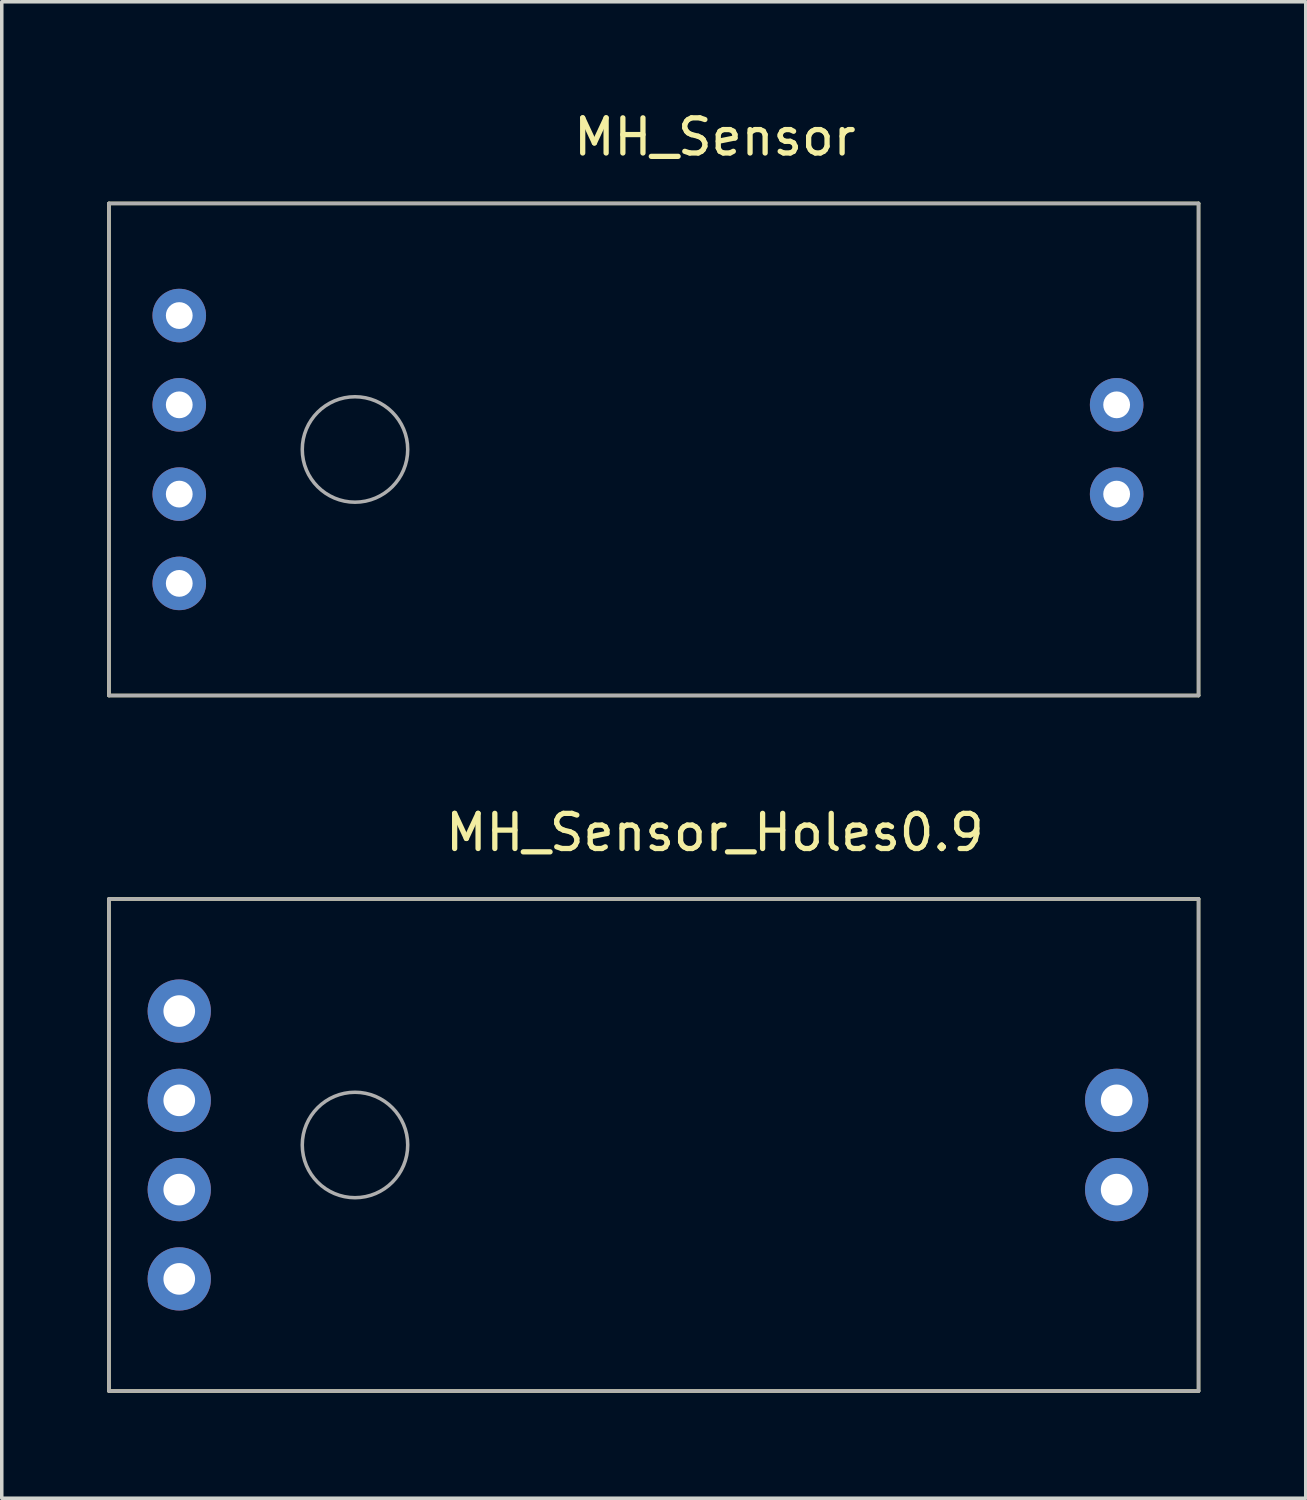
<source format=kicad_pcb>
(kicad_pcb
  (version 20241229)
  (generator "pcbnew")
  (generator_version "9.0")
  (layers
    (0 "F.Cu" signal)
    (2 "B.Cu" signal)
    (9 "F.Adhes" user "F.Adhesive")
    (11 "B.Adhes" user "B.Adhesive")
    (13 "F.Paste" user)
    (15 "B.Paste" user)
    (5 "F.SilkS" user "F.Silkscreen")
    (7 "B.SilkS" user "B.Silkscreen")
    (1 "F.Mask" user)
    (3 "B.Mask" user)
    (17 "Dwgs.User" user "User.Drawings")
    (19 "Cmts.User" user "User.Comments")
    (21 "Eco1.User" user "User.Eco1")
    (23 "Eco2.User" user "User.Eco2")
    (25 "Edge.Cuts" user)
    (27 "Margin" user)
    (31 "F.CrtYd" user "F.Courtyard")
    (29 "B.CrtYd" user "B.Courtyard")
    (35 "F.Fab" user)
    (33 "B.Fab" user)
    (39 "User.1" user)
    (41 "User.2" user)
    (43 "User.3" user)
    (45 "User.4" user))
  (footprint "MH_Sensor"
    (layer "F.Cu")
    (at 2.05 9.738)
    (property "Reference" "MH_Sensor" (at 15.24 -8.89 0) (layer "F.SilkS") (effects (font (size 1 1) (thickness 0.15))))
    (attr through_hole)
    (fp_line (start -2 -7) (end -2 7) (stroke (width 0.1) (type solid)) (layer "F.SilkS"))
    (fp_line (start -2 -7) (end 29 -7) (stroke (width 0.1) (type solid)) (layer "F.SilkS"))
    (fp_line (start -2 7) (end 29 7) (stroke (width 0.1) (type solid)) (layer "F.SilkS"))
    (fp_line (start 29 -7) (end 29 7) (stroke (width 0.1) (type solid)) (layer "F.SilkS"))
    (fp_line (start -2 -7) (end -2 7) (stroke (width 0.1) (type solid)) (layer "F.Fab"))
    (fp_line (start -2 -7) (end 29 -7) (stroke (width 0.1) (type solid)) (layer "F.Fab"))
    (fp_line (start -2 7) (end 29 7) (stroke (width 0.1) (type solid)) (layer "F.Fab"))
    (fp_line (start 29 -7) (end 29 7) (stroke (width 0.1) (type solid)) (layer "F.Fab"))
    (fp_circle (center 5 0) (end 6.5 0) (stroke (width 0.1) (type solid)) (fill no) (layer "F.Fab"))
    (pad "1" thru_hole circle (at 0 -3.81) (size 1.524 1.524) (drill 0.762) (layers "*.Cu" "*.Mask"))
    (pad "2" thru_hole circle (at 0 -1.27) (size 1.524 1.524) (drill 0.762) (layers "*.Cu" "*.Mask"))
    (pad "3" thru_hole circle (at 0 1.27) (size 1.524 1.524) (drill 0.762) (layers "*.Cu" "*.Mask"))
    (pad "4" thru_hole circle (at 0 3.81) (size 1.524 1.524) (drill 0.762) (layers "*.Cu" "*.Mask"))
    (pad "5" thru_hole circle (at 26.67 1.27) (size 1.524 1.524) (drill 0.762) (layers "*.Cu" "*.Mask"))
    (pad "6" thru_hole circle (at 26.67 -1.27) (size 1.524 1.524) (drill 0.762) (layers "*.Cu" "*.Mask")))
  (footprint "MH_Sensor_Holes0.9"
    (layer "F.Cu")
    (at 2.05 29.526)
    (property "Reference" "MH_Sensor_Holes0.9" (at 15.24 -8.89 0) (layer "F.SilkS") (effects (font (size 1 1) (thickness 0.15))))
    (attr through_hole)
    (fp_line (start -2 -7) (end -2 7) (stroke (width 0.1) (type solid)) (layer "F.SilkS"))
    (fp_line (start -2 -7) (end 29 -7) (stroke (width 0.1) (type solid)) (layer "F.SilkS"))
    (fp_line (start -2 7) (end 29 7) (stroke (width 0.1) (type solid)) (layer "F.SilkS"))
    (fp_line (start 29 -7) (end 29 7) (stroke (width 0.1) (type solid)) (layer "F.SilkS"))
    (fp_line (start -2 -7) (end -2 7) (stroke (width 0.1) (type solid)) (layer "F.Fab"))
    (fp_line (start -2 -7) (end 29 -7) (stroke (width 0.1) (type solid)) (layer "F.Fab"))
    (fp_line (start -2 7) (end 29 7) (stroke (width 0.1) (type solid)) (layer "F.Fab"))
    (fp_line (start 29 -7) (end 29 7) (stroke (width 0.1) (type solid)) (layer "F.Fab"))
    (fp_circle (center 5 0) (end 6.5 0) (stroke (width 0.1) (type solid)) (fill no) (layer "F.Fab"))
    (pad "1" thru_hole circle (at 0 -3.81) (size 1.8 1.8) (drill 0.9) (layers "*.Cu" "*.Mask"))
    (pad "2" thru_hole circle (at 0 -1.27) (size 1.8 1.8) (drill 0.9) (layers "*.Cu" "*.Mask"))
    (pad "3" thru_hole circle (at 0 1.27) (size 1.8 1.8) (drill 0.9) (layers "*.Cu" "*.Mask"))
    (pad "4" thru_hole circle (at 0 3.81) (size 1.8 1.8) (drill 0.9) (layers "*.Cu" "*.Mask"))
    (pad "5" thru_hole circle (at 26.67 1.27) (size 1.8 1.8) (drill 0.9) (layers "*.Cu" "*.Mask"))
    (pad "6" thru_hole circle (at 26.67 -1.27) (size 1.8 1.8) (drill 0.9) (layers "*.Cu" "*.Mask")))
  (gr_rect
    (start -3 -3)
    (end 34.1 39.577)
    (stroke (width 0.1) (type default))
    (fill no)
    (layer "Edge.Cuts")))
</source>
